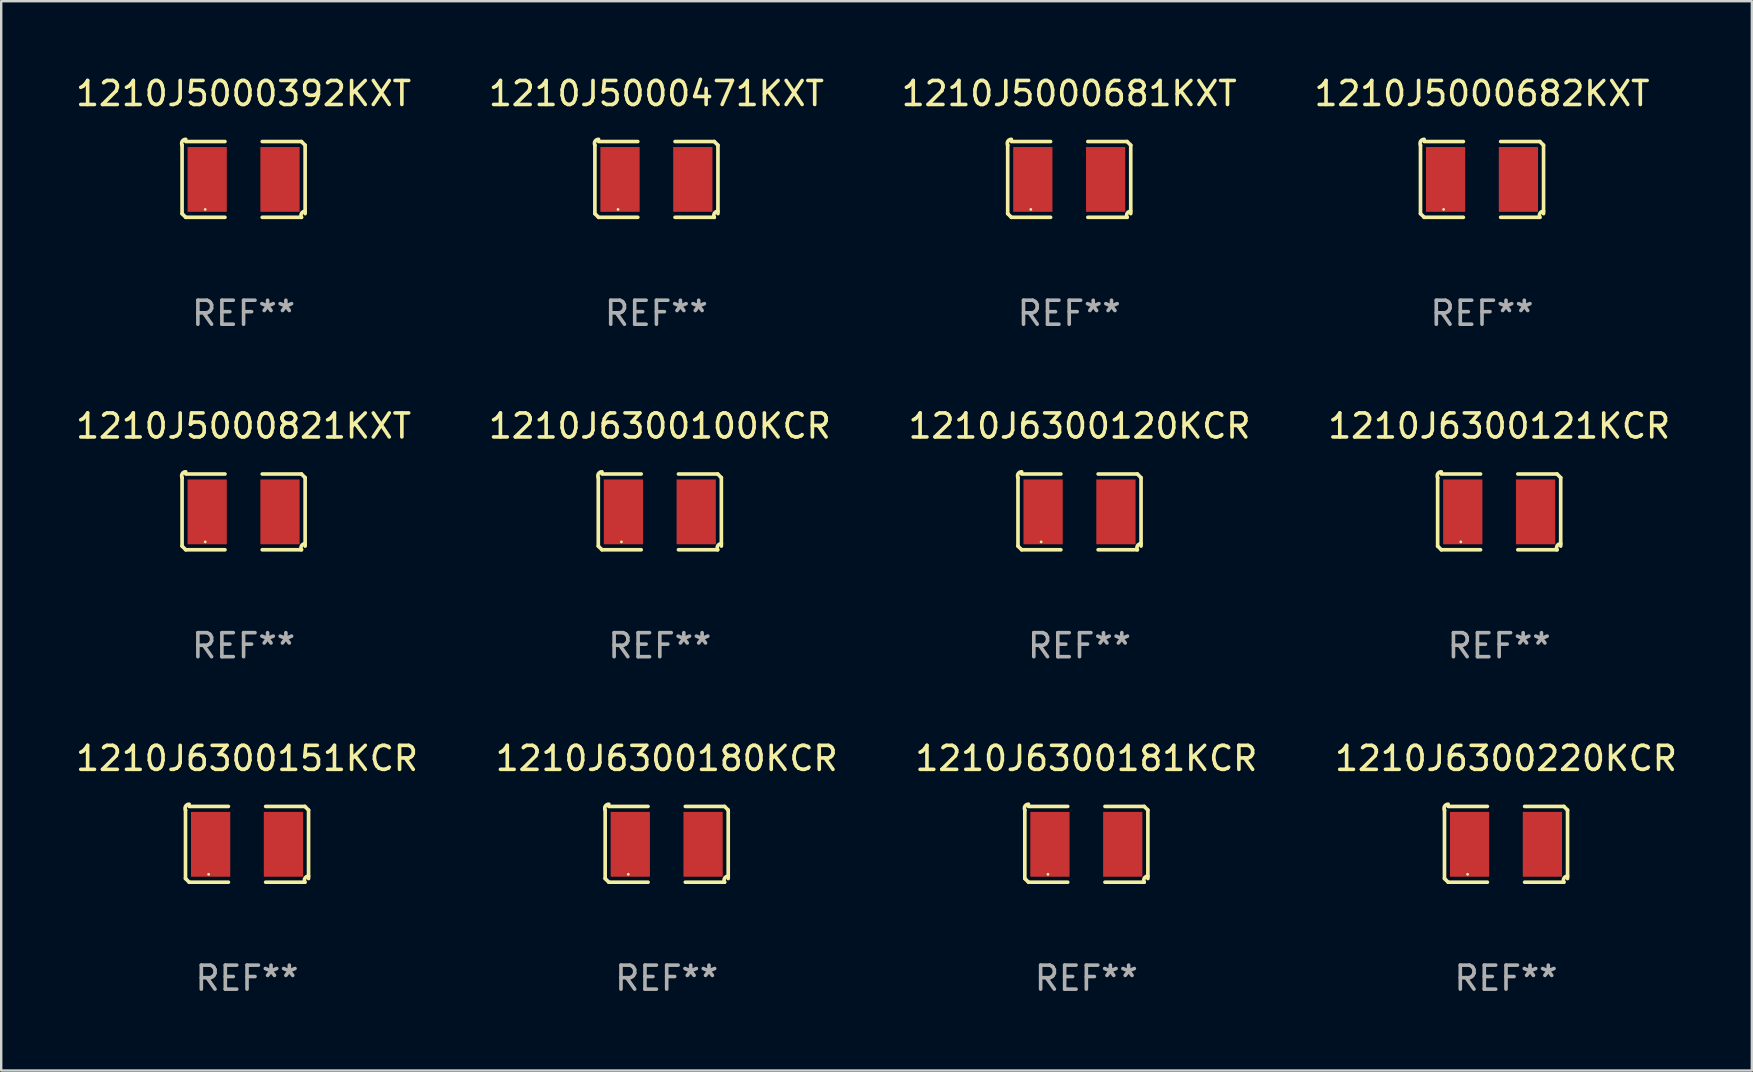
<source format=kicad_pcb>
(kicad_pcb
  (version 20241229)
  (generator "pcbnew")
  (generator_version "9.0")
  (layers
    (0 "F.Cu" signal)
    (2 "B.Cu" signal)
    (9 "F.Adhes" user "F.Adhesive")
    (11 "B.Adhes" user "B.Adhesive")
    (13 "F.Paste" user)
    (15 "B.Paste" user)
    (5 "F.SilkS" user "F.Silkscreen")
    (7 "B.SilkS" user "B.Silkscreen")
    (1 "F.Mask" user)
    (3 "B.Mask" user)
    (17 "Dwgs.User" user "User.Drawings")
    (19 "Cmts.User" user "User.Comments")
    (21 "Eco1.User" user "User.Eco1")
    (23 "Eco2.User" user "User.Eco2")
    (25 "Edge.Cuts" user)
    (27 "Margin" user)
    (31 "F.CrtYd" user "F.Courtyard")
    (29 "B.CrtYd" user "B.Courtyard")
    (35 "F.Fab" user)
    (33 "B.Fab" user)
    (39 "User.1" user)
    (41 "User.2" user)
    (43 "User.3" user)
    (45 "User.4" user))
  (footprint "1210J5000821KXT"
    (layer "F.Cu")
    (at 7.101 18.281)
    (property "Reference" "1210J5000821KXT" (at 0 -3.579 0) (layer "F.SilkS") (effects (font (size 1 1) (thickness 0.15))))
    (attr through_hole)
    (fp_line (start -2.564 1.426) (end -2.564 -1.426) (stroke (width 0.152) (type solid)) (layer "F.SilkS"))
    (fp_line (start -2.411 -1.579) (end -0.776 -1.579) (stroke (width 0.152) (type solid)) (layer "F.SilkS"))
    (fp_line (start -0.776 1.579) (end -2.411 1.579) (stroke (width 0.152) (type solid)) (layer "F.SilkS"))
    (fp_line (start 0.776 1.579) (end 2.411 1.579) (stroke (width 0.152) (type solid)) (layer "F.SilkS"))
    (fp_line (start 2.411 -1.579) (end 0.776 -1.579) (stroke (width 0.152) (type solid)) (layer "F.SilkS"))
    (fp_line (start 2.564 1.426) (end 2.564 -1.426) (stroke (width 0.152) (type solid)) (layer "F.SilkS"))
    (fp_arc (start -2.563602 -1.426213) (mid -2.555597 -1.591233) (end -2.411201 -1.671518) (stroke (width 0.1524) (type solid)) (layer "F.SilkS"))
    (fp_arc (start -2.5636 1.426214) (mid -2.487389 1.502402) (end -2.411201 1.578613) (stroke (width 0.1524) (type solid)) (layer "F.SilkS"))
    (fp_arc (start 2.411197 -1.578618) (mid 2.487403 -1.502419) (end 2.563602 -1.426213) (stroke (width 0.1524) (type solid)) (layer "F.SilkS"))
    (fp_arc (start 2.411201 1.578613) (mid 2.416214 1.409455) (end 2.563602 1.32629) (stroke (width 0.1524) (type solid)) (layer "F.SilkS"))
    (fp_circle (center -1.6 1.25) (end -1.57 1.25) (stroke (width 0.06) (type solid)) (fill no) (layer "F.SilkS"))
    (fp_text user "REF**" (at 0 5.579 0) (layer "F.Fab") (effects (font (size 1 1) (thickness 0.15))))
    (pad "1" smd rect (at -1.517 0) (size 1.635 2.7) (layers "F.Cu" "F.Mask" "F.Paste"))
    (pad "2" smd rect (at 1.517 0) (size 1.635 2.7) (layers "F.Cu" "F.Mask" "F.Paste")))
  (footprint "1210J6300180KCR"
    (layer "F.Cu")
    (at 24.732 32.134)
    (property "Reference" "1210J6300180KCR" (at 0 -3.579 0) (layer "F.SilkS") (effects (font (size 1 1) (thickness 0.15))))
    (attr through_hole)
    (fp_line (start -2.564 1.426) (end -2.564 -1.426) (stroke (width 0.152) (type solid)) (layer "F.SilkS"))
    (fp_line (start -2.411 -1.579) (end -0.776 -1.579) (stroke (width 0.152) (type solid)) (layer "F.SilkS"))
    (fp_line (start -0.776 1.579) (end -2.411 1.579) (stroke (width 0.152) (type solid)) (layer "F.SilkS"))
    (fp_line (start 0.776 1.579) (end 2.411 1.579) (stroke (width 0.152) (type solid)) (layer "F.SilkS"))
    (fp_line (start 2.411 -1.579) (end 0.776 -1.579) (stroke (width 0.152) (type solid)) (layer "F.SilkS"))
    (fp_line (start 2.564 1.426) (end 2.564 -1.426) (stroke (width 0.152) (type solid)) (layer "F.SilkS"))
    (fp_arc (start -2.563602 -1.426213) (mid -2.555597 -1.591233) (end -2.411201 -1.671518) (stroke (width 0.1524) (type solid)) (layer "F.SilkS"))
    (fp_arc (start -2.5636 1.426214) (mid -2.487389 1.502402) (end -2.411201 1.578613) (stroke (width 0.1524) (type solid)) (layer "F.SilkS"))
    (fp_arc (start 2.411197 -1.578618) (mid 2.487403 -1.502419) (end 2.563602 -1.426213) (stroke (width 0.1524) (type solid)) (layer "F.SilkS"))
    (fp_arc (start 2.411201 1.578613) (mid 2.416214 1.409455) (end 2.563602 1.32629) (stroke (width 0.1524) (type solid)) (layer "F.SilkS"))
    (fp_circle (center -1.6 1.25) (end -1.57 1.25) (stroke (width 0.06) (type solid)) (fill no) (layer "F.SilkS"))
    (fp_text user "REF**" (at 0 5.579 0) (layer "F.Fab") (effects (font (size 1 1) (thickness 0.15))))
    (pad "1" smd rect (at -1.517 0) (size 1.635 2.7) (layers "F.Cu" "F.Mask" "F.Paste"))
    (pad "2" smd rect (at 1.517 0) (size 1.635 2.7) (layers "F.Cu" "F.Mask" "F.Paste")))
  (footprint "1210J5000392KXT"
    (layer "F.Cu")
    (at 7.101 4.427)
    (property "Reference" "1210J5000392KXT" (at 0 -3.579 0) (layer "F.SilkS") (effects (font (size 1 1) (thickness 0.15))))
    (attr through_hole)
    (fp_line (start -2.564 1.426) (end -2.564 -1.426) (stroke (width 0.152) (type solid)) (layer "F.SilkS"))
    (fp_line (start -2.411 -1.579) (end -0.776 -1.579) (stroke (width 0.152) (type solid)) (layer "F.SilkS"))
    (fp_line (start -0.776 1.579) (end -2.411 1.579) (stroke (width 0.152) (type solid)) (layer "F.SilkS"))
    (fp_line (start 0.776 1.579) (end 2.411 1.579) (stroke (width 0.152) (type solid)) (layer "F.SilkS"))
    (fp_line (start 2.411 -1.579) (end 0.776 -1.579) (stroke (width 0.152) (type solid)) (layer "F.SilkS"))
    (fp_line (start 2.564 1.426) (end 2.564 -1.426) (stroke (width 0.152) (type solid)) (layer "F.SilkS"))
    (fp_arc (start -2.563602 -1.426213) (mid -2.555597 -1.591233) (end -2.411201 -1.671518) (stroke (width 0.1524) (type solid)) (layer "F.SilkS"))
    (fp_arc (start -2.5636 1.426214) (mid -2.487389 1.502402) (end -2.411201 1.578613) (stroke (width 0.1524) (type solid)) (layer "F.SilkS"))
    (fp_arc (start 2.411197 -1.578618) (mid 2.487403 -1.502419) (end 2.563602 -1.426213) (stroke (width 0.1524) (type solid)) (layer "F.SilkS"))
    (fp_arc (start 2.411201 1.578613) (mid 2.416214 1.409455) (end 2.563602 1.32629) (stroke (width 0.1524) (type solid)) (layer "F.SilkS"))
    (fp_circle (center -1.6 1.25) (end -1.57 1.25) (stroke (width 0.06) (type solid)) (fill no) (layer "F.SilkS"))
    (fp_text user "REF**" (at 0 5.579 0) (layer "F.Fab") (effects (font (size 1 1) (thickness 0.15))))
    (pad "1" smd rect (at -1.517 0) (size 1.635 2.7) (layers "F.Cu" "F.Mask" "F.Paste"))
    (pad "2" smd rect (at 1.517 0) (size 1.635 2.7) (layers "F.Cu" "F.Mask" "F.Paste")))
  (footprint "1210J6300181KCR"
    (layer "F.Cu")
    (at 42.22 32.134)
    (property "Reference" "1210J6300181KCR" (at 0 -3.579 0) (layer "F.SilkS") (effects (font (size 1 1) (thickness 0.15))))
    (attr through_hole)
    (fp_line (start -2.564 1.426) (end -2.564 -1.426) (stroke (width 0.152) (type solid)) (layer "F.SilkS"))
    (fp_line (start -2.411 -1.579) (end -0.776 -1.579) (stroke (width 0.152) (type solid)) (layer "F.SilkS"))
    (fp_line (start -0.776 1.579) (end -2.411 1.579) (stroke (width 0.152) (type solid)) (layer "F.SilkS"))
    (fp_line (start 0.776 1.579) (end 2.411 1.579) (stroke (width 0.152) (type solid)) (layer "F.SilkS"))
    (fp_line (start 2.411 -1.579) (end 0.776 -1.579) (stroke (width 0.152) (type solid)) (layer "F.SilkS"))
    (fp_line (start 2.564 1.426) (end 2.564 -1.426) (stroke (width 0.152) (type solid)) (layer "F.SilkS"))
    (fp_arc (start -2.563602 -1.426213) (mid -2.555597 -1.591233) (end -2.411201 -1.671518) (stroke (width 0.1524) (type solid)) (layer "F.SilkS"))
    (fp_arc (start -2.5636 1.426214) (mid -2.487389 1.502402) (end -2.411201 1.578613) (stroke (width 0.1524) (type solid)) (layer "F.SilkS"))
    (fp_arc (start 2.411197 -1.578618) (mid 2.487403 -1.502419) (end 2.563602 -1.426213) (stroke (width 0.1524) (type solid)) (layer "F.SilkS"))
    (fp_arc (start 2.411201 1.578613) (mid 2.416214 1.409455) (end 2.563602 1.32629) (stroke (width 0.1524) (type solid)) (layer "F.SilkS"))
    (fp_circle (center -1.6 1.25) (end -1.57 1.25) (stroke (width 0.06) (type solid)) (fill no) (layer "F.SilkS"))
    (fp_text user "REF**" (at 0 5.579 0) (layer "F.Fab") (effects (font (size 1 1) (thickness 0.15))))
    (pad "1" smd rect (at -1.517 0) (size 1.635 2.7) (layers "F.Cu" "F.Mask" "F.Paste"))
    (pad "2" smd rect (at 1.517 0) (size 1.635 2.7) (layers "F.Cu" "F.Mask" "F.Paste")))
  (footprint "1210J5000681KXT"
    (layer "F.Cu")
    (at 41.506 4.427)
    (property "Reference" "1210J5000681KXT" (at 0 -3.579 0) (layer "F.SilkS") (effects (font (size 1 1) (thickness 0.15))))
    (attr through_hole)
    (fp_line (start -2.564 1.426) (end -2.564 -1.426) (stroke (width 0.152) (type solid)) (layer "F.SilkS"))
    (fp_line (start -2.411 -1.579) (end -0.776 -1.579) (stroke (width 0.152) (type solid)) (layer "F.SilkS"))
    (fp_line (start -0.776 1.579) (end -2.411 1.579) (stroke (width 0.152) (type solid)) (layer "F.SilkS"))
    (fp_line (start 0.776 1.579) (end 2.411 1.579) (stroke (width 0.152) (type solid)) (layer "F.SilkS"))
    (fp_line (start 2.411 -1.579) (end 0.776 -1.579) (stroke (width 0.152) (type solid)) (layer "F.SilkS"))
    (fp_line (start 2.564 1.426) (end 2.564 -1.426) (stroke (width 0.152) (type solid)) (layer "F.SilkS"))
    (fp_arc (start -2.563602 -1.426213) (mid -2.555597 -1.591233) (end -2.411201 -1.671518) (stroke (width 0.1524) (type solid)) (layer "F.SilkS"))
    (fp_arc (start -2.5636 1.426214) (mid -2.487389 1.502402) (end -2.411201 1.578613) (stroke (width 0.1524) (type solid)) (layer "F.SilkS"))
    (fp_arc (start 2.411197 -1.578618) (mid 2.487403 -1.502419) (end 2.563602 -1.426213) (stroke (width 0.1524) (type solid)) (layer "F.SilkS"))
    (fp_arc (start 2.411201 1.578613) (mid 2.416214 1.409455) (end 2.563602 1.32629) (stroke (width 0.1524) (type solid)) (layer "F.SilkS"))
    (fp_circle (center -1.6 1.25) (end -1.57 1.25) (stroke (width 0.06) (type solid)) (fill no) (layer "F.SilkS"))
    (fp_text user "REF**" (at 0 5.579 0) (layer "F.Fab") (effects (font (size 1 1) (thickness 0.15))))
    (pad "1" smd rect (at -1.517 0) (size 1.635 2.7) (layers "F.Cu" "F.Mask" "F.Paste"))
    (pad "2" smd rect (at 1.517 0) (size 1.635 2.7) (layers "F.Cu" "F.Mask" "F.Paste")))
  (footprint "1210J6300220KCR"
    (layer "F.Cu")
    (at 59.708 32.134)
    (property "Reference" "1210J6300220KCR" (at 0 -3.579 0) (layer "F.SilkS") (effects (font (size 1 1) (thickness 0.15))))
    (attr through_hole)
    (fp_line (start -2.564 1.426) (end -2.564 -1.426) (stroke (width 0.152) (type solid)) (layer "F.SilkS"))
    (fp_line (start -2.411 -1.579) (end -0.776 -1.579) (stroke (width 0.152) (type solid)) (layer "F.SilkS"))
    (fp_line (start -0.776 1.579) (end -2.411 1.579) (stroke (width 0.152) (type solid)) (layer "F.SilkS"))
    (fp_line (start 0.776 1.579) (end 2.411 1.579) (stroke (width 0.152) (type solid)) (layer "F.SilkS"))
    (fp_line (start 2.411 -1.579) (end 0.776 -1.579) (stroke (width 0.152) (type solid)) (layer "F.SilkS"))
    (fp_line (start 2.564 1.426) (end 2.564 -1.426) (stroke (width 0.152) (type solid)) (layer "F.SilkS"))
    (fp_arc (start -2.563602 -1.426213) (mid -2.555597 -1.591233) (end -2.411201 -1.671518) (stroke (width 0.1524) (type solid)) (layer "F.SilkS"))
    (fp_arc (start -2.5636 1.426214) (mid -2.487389 1.502402) (end -2.411201 1.578613) (stroke (width 0.1524) (type solid)) (layer "F.SilkS"))
    (fp_arc (start 2.411197 -1.578618) (mid 2.487403 -1.502419) (end 2.563602 -1.426213) (stroke (width 0.1524) (type solid)) (layer "F.SilkS"))
    (fp_arc (start 2.411201 1.578613) (mid 2.416214 1.409455) (end 2.563602 1.32629) (stroke (width 0.1524) (type solid)) (layer "F.SilkS"))
    (fp_circle (center -1.6 1.25) (end -1.57 1.25) (stroke (width 0.06) (type solid)) (fill no) (layer "F.SilkS"))
    (fp_text user "REF**" (at 0 5.579 0) (layer "F.Fab") (effects (font (size 1 1) (thickness 0.15))))
    (pad "1" smd rect (at -1.517 0) (size 1.635 2.7) (layers "F.Cu" "F.Mask" "F.Paste"))
    (pad "2" smd rect (at 1.517 0) (size 1.635 2.7) (layers "F.Cu" "F.Mask" "F.Paste")))
  (footprint "1210J6300151KCR"
    (layer "F.Cu")
    (at 7.244 32.134)
    (property "Reference" "1210J6300151KCR" (at 0 -3.579 0) (layer "F.SilkS") (effects (font (size 1 1) (thickness 0.15))))
    (attr through_hole)
    (fp_line (start -2.564 1.426) (end -2.564 -1.426) (stroke (width 0.152) (type solid)) (layer "F.SilkS"))
    (fp_line (start -2.411 -1.579) (end -0.776 -1.579) (stroke (width 0.152) (type solid)) (layer "F.SilkS"))
    (fp_line (start -0.776 1.579) (end -2.411 1.579) (stroke (width 0.152) (type solid)) (layer "F.SilkS"))
    (fp_line (start 0.776 1.579) (end 2.411 1.579) (stroke (width 0.152) (type solid)) (layer "F.SilkS"))
    (fp_line (start 2.411 -1.579) (end 0.776 -1.579) (stroke (width 0.152) (type solid)) (layer "F.SilkS"))
    (fp_line (start 2.564 1.426) (end 2.564 -1.426) (stroke (width 0.152) (type solid)) (layer "F.SilkS"))
    (fp_arc (start -2.563602 -1.426213) (mid -2.555597 -1.591233) (end -2.411201 -1.671518) (stroke (width 0.1524) (type solid)) (layer "F.SilkS"))
    (fp_arc (start -2.5636 1.426214) (mid -2.487389 1.502402) (end -2.411201 1.578613) (stroke (width 0.1524) (type solid)) (layer "F.SilkS"))
    (fp_arc (start 2.411197 -1.578618) (mid 2.487403 -1.502419) (end 2.563602 -1.426213) (stroke (width 0.1524) (type solid)) (layer "F.SilkS"))
    (fp_arc (start 2.411201 1.578613) (mid 2.416214 1.409455) (end 2.563602 1.32629) (stroke (width 0.1524) (type solid)) (layer "F.SilkS"))
    (fp_circle (center -1.6 1.25) (end -1.57 1.25) (stroke (width 0.06) (type solid)) (fill no) (layer "F.SilkS"))
    (fp_text user "REF**" (at 0 5.579 0) (layer "F.Fab") (effects (font (size 1 1) (thickness 0.15))))
    (pad "1" smd rect (at -1.517 0) (size 1.635 2.7) (layers "F.Cu" "F.Mask" "F.Paste"))
    (pad "2" smd rect (at 1.517 0) (size 1.635 2.7) (layers "F.Cu" "F.Mask" "F.Paste")))
  (footprint "1210J5000471KXT"
    (layer "F.Cu")
    (at 24.304 4.427)
    (property "Reference" "1210J5000471KXT" (at 0 -3.579 0) (layer "F.SilkS") (effects (font (size 1 1) (thickness 0.15))))
    (attr through_hole)
    (fp_line (start -2.564 1.426) (end -2.564 -1.426) (stroke (width 0.152) (type solid)) (layer "F.SilkS"))
    (fp_line (start -2.411 -1.579) (end -0.776 -1.579) (stroke (width 0.152) (type solid)) (layer "F.SilkS"))
    (fp_line (start -0.776 1.579) (end -2.411 1.579) (stroke (width 0.152) (type solid)) (layer "F.SilkS"))
    (fp_line (start 0.776 1.579) (end 2.411 1.579) (stroke (width 0.152) (type solid)) (layer "F.SilkS"))
    (fp_line (start 2.411 -1.579) (end 0.776 -1.579) (stroke (width 0.152) (type solid)) (layer "F.SilkS"))
    (fp_line (start 2.564 1.426) (end 2.564 -1.426) (stroke (width 0.152) (type solid)) (layer "F.SilkS"))
    (fp_arc (start -2.563602 -1.426213) (mid -2.555597 -1.591233) (end -2.411201 -1.671518) (stroke (width 0.1524) (type solid)) (layer "F.SilkS"))
    (fp_arc (start -2.5636 1.426214) (mid -2.487389 1.502402) (end -2.411201 1.578613) (stroke (width 0.1524) (type solid)) (layer "F.SilkS"))
    (fp_arc (start 2.411197 -1.578618) (mid 2.487403 -1.502419) (end 2.563602 -1.426213) (stroke (width 0.1524) (type solid)) (layer "F.SilkS"))
    (fp_arc (start 2.411201 1.578613) (mid 2.416214 1.409455) (end 2.563602 1.32629) (stroke (width 0.1524) (type solid)) (layer "F.SilkS"))
    (fp_circle (center -1.6 1.25) (end -1.57 1.25) (stroke (width 0.06) (type solid)) (fill no) (layer "F.SilkS"))
    (fp_text user "REF**" (at 0 5.579 0) (layer "F.Fab") (effects (font (size 1 1) (thickness 0.15))))
    (pad "1" smd rect (at -1.517 0) (size 1.635 2.7) (layers "F.Cu" "F.Mask" "F.Paste"))
    (pad "2" smd rect (at 1.517 0) (size 1.635 2.7) (layers "F.Cu" "F.Mask" "F.Paste")))
  (footprint "1210J6300100KCR"
    (layer "F.Cu")
    (at 24.446 18.281)
    (property "Reference" "1210J6300100KCR" (at 0 -3.579 0) (layer "F.SilkS") (effects (font (size 1 1) (thickness 0.15))))
    (attr through_hole)
    (fp_line (start -2.564 1.426) (end -2.564 -1.426) (stroke (width 0.152) (type solid)) (layer "F.SilkS"))
    (fp_line (start -2.411 -1.579) (end -0.776 -1.579) (stroke (width 0.152) (type solid)) (layer "F.SilkS"))
    (fp_line (start -0.776 1.579) (end -2.411 1.579) (stroke (width 0.152) (type solid)) (layer "F.SilkS"))
    (fp_line (start 0.776 1.579) (end 2.411 1.579) (stroke (width 0.152) (type solid)) (layer "F.SilkS"))
    (fp_line (start 2.411 -1.579) (end 0.776 -1.579) (stroke (width 0.152) (type solid)) (layer "F.SilkS"))
    (fp_line (start 2.564 1.426) (end 2.564 -1.426) (stroke (width 0.152) (type solid)) (layer "F.SilkS"))
    (fp_arc (start -2.563602 -1.426213) (mid -2.555597 -1.591233) (end -2.411201 -1.671518) (stroke (width 0.1524) (type solid)) (layer "F.SilkS"))
    (fp_arc (start -2.5636 1.426214) (mid -2.487389 1.502402) (end -2.411201 1.578613) (stroke (width 0.1524) (type solid)) (layer "F.SilkS"))
    (fp_arc (start 2.411197 -1.578618) (mid 2.487403 -1.502419) (end 2.563602 -1.426213) (stroke (width 0.1524) (type solid)) (layer "F.SilkS"))
    (fp_arc (start 2.411201 1.578613) (mid 2.416214 1.409455) (end 2.563602 1.32629) (stroke (width 0.1524) (type solid)) (layer "F.SilkS"))
    (fp_circle (center -1.6 1.25) (end -1.57 1.25) (stroke (width 0.06) (type solid)) (fill no) (layer "F.SilkS"))
    (fp_text user "REF**" (at 0 5.579 0) (layer "F.Fab") (effects (font (size 1 1) (thickness 0.15))))
    (pad "1" smd rect (at -1.517 0) (size 1.635 2.7) (layers "F.Cu" "F.Mask" "F.Paste"))
    (pad "2" smd rect (at 1.517 0) (size 1.635 2.7) (layers "F.Cu" "F.Mask" "F.Paste")))
  (footprint "1210J6300120KCR"
    (layer "F.Cu")
    (at 41.935 18.281)
    (property "Reference" "1210J6300120KCR" (at 0 -3.579 0) (layer "F.SilkS") (effects (font (size 1 1) (thickness 0.15))))
    (attr through_hole)
    (fp_line (start -2.564 1.426) (end -2.564 -1.426) (stroke (width 0.152) (type solid)) (layer "F.SilkS"))
    (fp_line (start -2.411 -1.579) (end -0.776 -1.579) (stroke (width 0.152) (type solid)) (layer "F.SilkS"))
    (fp_line (start -0.776 1.579) (end -2.411 1.579) (stroke (width 0.152) (type solid)) (layer "F.SilkS"))
    (fp_line (start 0.776 1.579) (end 2.411 1.579) (stroke (width 0.152) (type solid)) (layer "F.SilkS"))
    (fp_line (start 2.411 -1.579) (end 0.776 -1.579) (stroke (width 0.152) (type solid)) (layer "F.SilkS"))
    (fp_line (start 2.564 1.426) (end 2.564 -1.426) (stroke (width 0.152) (type solid)) (layer "F.SilkS"))
    (fp_arc (start -2.563602 -1.426213) (mid -2.555597 -1.591233) (end -2.411201 -1.671518) (stroke (width 0.1524) (type solid)) (layer "F.SilkS"))
    (fp_arc (start -2.5636 1.426214) (mid -2.487389 1.502402) (end -2.411201 1.578613) (stroke (width 0.1524) (type solid)) (layer "F.SilkS"))
    (fp_arc (start 2.411197 -1.578618) (mid 2.487403 -1.502419) (end 2.563602 -1.426213) (stroke (width 0.1524) (type solid)) (layer "F.SilkS"))
    (fp_arc (start 2.411201 1.578613) (mid 2.416214 1.409455) (end 2.563602 1.32629) (stroke (width 0.1524) (type solid)) (layer "F.SilkS"))
    (fp_circle (center -1.6 1.25) (end -1.57 1.25) (stroke (width 0.06) (type solid)) (fill no) (layer "F.SilkS"))
    (fp_text user "REF**" (at 0 5.579 0) (layer "F.Fab") (effects (font (size 1 1) (thickness 0.15))))
    (pad "1" smd rect (at -1.517 0) (size 1.635 2.7) (layers "F.Cu" "F.Mask" "F.Paste"))
    (pad "2" smd rect (at 1.517 0) (size 1.635 2.7) (layers "F.Cu" "F.Mask" "F.Paste")))
  (footprint "1210J6300121KCR"
    (layer "F.Cu")
    (at 59.423 18.281)
    (property "Reference" "1210J6300121KCR" (at 0 -3.579 0) (layer "F.SilkS") (effects (font (size 1 1) (thickness 0.15))))
    (attr through_hole)
    (fp_line (start -2.564 1.426) (end -2.564 -1.426) (stroke (width 0.152) (type solid)) (layer "F.SilkS"))
    (fp_line (start -2.411 -1.579) (end -0.776 -1.579) (stroke (width 0.152) (type solid)) (layer "F.SilkS"))
    (fp_line (start -0.776 1.579) (end -2.411 1.579) (stroke (width 0.152) (type solid)) (layer "F.SilkS"))
    (fp_line (start 0.776 1.579) (end 2.411 1.579) (stroke (width 0.152) (type solid)) (layer "F.SilkS"))
    (fp_line (start 2.411 -1.579) (end 0.776 -1.579) (stroke (width 0.152) (type solid)) (layer "F.SilkS"))
    (fp_line (start 2.564 1.426) (end 2.564 -1.426) (stroke (width 0.152) (type solid)) (layer "F.SilkS"))
    (fp_arc (start -2.563602 -1.426213) (mid -2.555597 -1.591233) (end -2.411201 -1.671518) (stroke (width 0.1524) (type solid)) (layer "F.SilkS"))
    (fp_arc (start -2.5636 1.426214) (mid -2.487389 1.502402) (end -2.411201 1.578613) (stroke (width 0.1524) (type solid)) (layer "F.SilkS"))
    (fp_arc (start 2.411197 -1.578618) (mid 2.487403 -1.502419) (end 2.563602 -1.426213) (stroke (width 0.1524) (type solid)) (layer "F.SilkS"))
    (fp_arc (start 2.411201 1.578613) (mid 2.416214 1.409455) (end 2.563602 1.32629) (stroke (width 0.1524) (type solid)) (layer "F.SilkS"))
    (fp_circle (center -1.6 1.25) (end -1.57 1.25) (stroke (width 0.06) (type solid)) (fill no) (layer "F.SilkS"))
    (fp_text user "REF**" (at 0 5.579 0) (layer "F.Fab") (effects (font (size 1 1) (thickness 0.15))))
    (pad "1" smd rect (at -1.517 0) (size 1.635 2.7) (layers "F.Cu" "F.Mask" "F.Paste"))
    (pad "2" smd rect (at 1.517 0) (size 1.635 2.7) (layers "F.Cu" "F.Mask" "F.Paste")))
  (footprint "1210J5000682KXT"
    (layer "F.Cu")
    (at 58.708 4.427)
    (property "Reference" "1210J5000682KXT" (at 0 -3.579 0) (layer "F.SilkS") (effects (font (size 1 1) (thickness 0.15))))
    (attr through_hole)
    (fp_line (start -2.564 1.426) (end -2.564 -1.426) (stroke (width 0.152) (type solid)) (layer "F.SilkS"))
    (fp_line (start -2.411 -1.579) (end -0.776 -1.579) (stroke (width 0.152) (type solid)) (layer "F.SilkS"))
    (fp_line (start -0.776 1.579) (end -2.411 1.579) (stroke (width 0.152) (type solid)) (layer "F.SilkS"))
    (fp_line (start 0.776 1.579) (end 2.411 1.579) (stroke (width 0.152) (type solid)) (layer "F.SilkS"))
    (fp_line (start 2.411 -1.579) (end 0.776 -1.579) (stroke (width 0.152) (type solid)) (layer "F.SilkS"))
    (fp_line (start 2.564 1.426) (end 2.564 -1.426) (stroke (width 0.152) (type solid)) (layer "F.SilkS"))
    (fp_arc (start -2.563602 -1.426213) (mid -2.555597 -1.591233) (end -2.411201 -1.671518) (stroke (width 0.1524) (type solid)) (layer "F.SilkS"))
    (fp_arc (start -2.5636 1.426214) (mid -2.487389 1.502402) (end -2.411201 1.578613) (stroke (width 0.1524) (type solid)) (layer "F.SilkS"))
    (fp_arc (start 2.411197 -1.578618) (mid 2.487403 -1.502419) (end 2.563602 -1.426213) (stroke (width 0.1524) (type solid)) (layer "F.SilkS"))
    (fp_arc (start 2.411201 1.578613) (mid 2.416214 1.409455) (end 2.563602 1.32629) (stroke (width 0.1524) (type solid)) (layer "F.SilkS"))
    (fp_circle (center -1.6 1.25) (end -1.57 1.25) (stroke (width 0.06) (type solid)) (fill no) (layer "F.SilkS"))
    (fp_text user "REF**" (at 0 5.579 0) (layer "F.Fab") (effects (font (size 1 1) (thickness 0.15))))
    (pad "1" smd rect (at -1.517 0) (size 1.635 2.7) (layers "F.Cu" "F.Mask" "F.Paste"))
    (pad "2" smd rect (at 1.517 0) (size 1.635 2.7) (layers "F.Cu" "F.Mask" "F.Paste")))
  (gr_rect
    (start -3 -3)
    (end 69.952 41.561)
    (stroke (width 0.1) (type default))
    (fill no)
    (layer "Edge.Cuts")))
</source>
